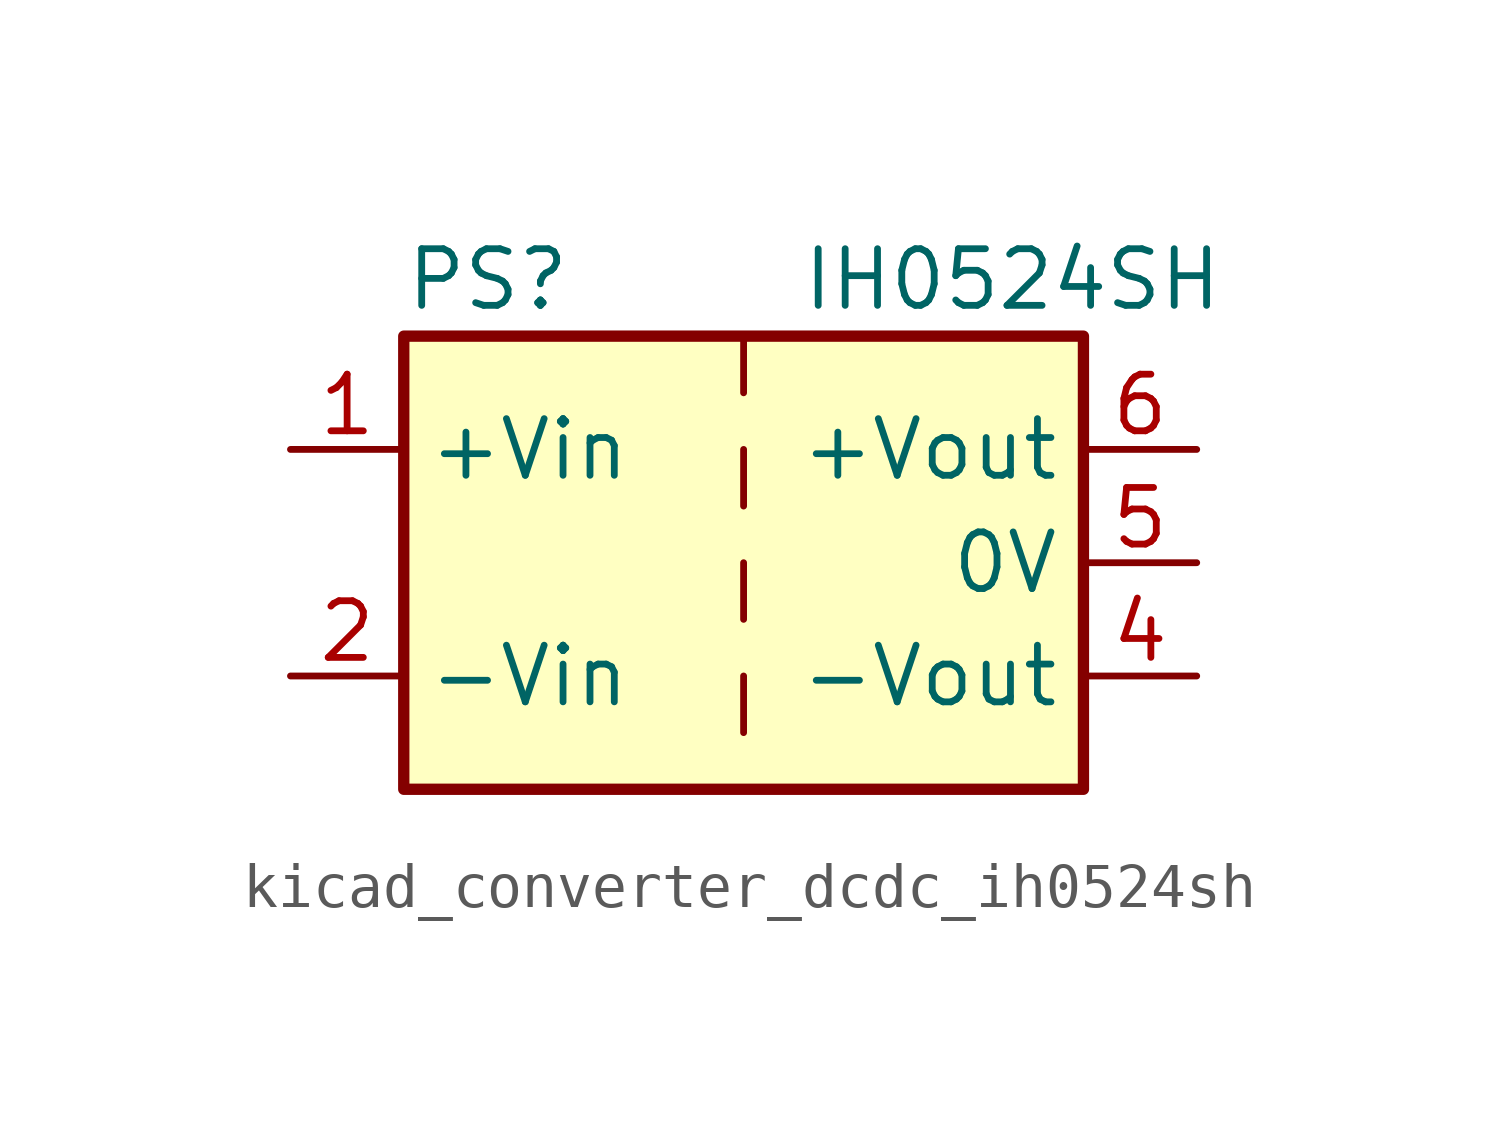
<source format=kicad_sym>
(kicad_symbol_lib
  (version 20220914)
  (generator kicad_symbol_editor)
  (symbol "kicad_converter_dcdc_ih0524sh"
    (property "Reference" "PS"
      (at -7.62 6.35 0)
      (effects (font (size 1.27 1.27)) (justify left)))
    (property "Value" "IH0524SH"
      (at 1.27 6.35 0)
      (effects (font (size 1.27 1.27)) (justify left)))
    (symbol "kicad_converter_dcdc_ih0524sh_0_0"
      (pin power_in line (at -10.16 2.54 0) (length 2.54) (name "+Vin" (effects (font (size 1.27 1.27)))) (number "1" (effects (font (size 1.27 1.27)))))
      (pin power_in line (at -10.16 -2.54 0) (length 2.54) (name "-Vin" (effects (font (size 1.27 1.27)))) (number "2" (effects (font (size 1.27 1.27)))))
      (pin power_out line (at 10.16 -2.54 180) (length 2.54) (name "-Vout" (effects (font (size 1.27 1.27)))) (number "4" (effects (font (size 1.27 1.27)))))
      (pin power_out line (at 10.16 0 180) (length 2.54) (name "0V" (effects (font (size 1.27 1.27)))) (number "5" (effects (font (size 1.27 1.27)))))
      (pin power_out line (at 10.16 2.54 180) (length 2.54) (name "+Vout" (effects (font (size 1.27 1.27)))) (number "6" (effects (font (size 1.27 1.27))))))
    (symbol "kicad_converter_dcdc_ih0524sh_0_1"
      (rectangle (start -7.62 5.08) (end 7.62 -5.08) (stroke (width 0.254) (type default)) (fill (type background)))
      (polyline (pts (xy 0 -2.54) (xy 0 -3.81)) (stroke (width 0) (type default)) (fill (type none)))
      (polyline (pts (xy 0 0) (xy 0 -1.27)) (stroke (width 0) (type default)) (fill (type none)))
      (polyline (pts (xy 0 2.54) (xy 0 1.27)) (stroke (width 0) (type default)) (fill (type none)))
      (polyline (pts (xy 0 5.08) (xy 0 3.81)) (stroke (width 0) (type default)) (fill (type none))))))
</source>
